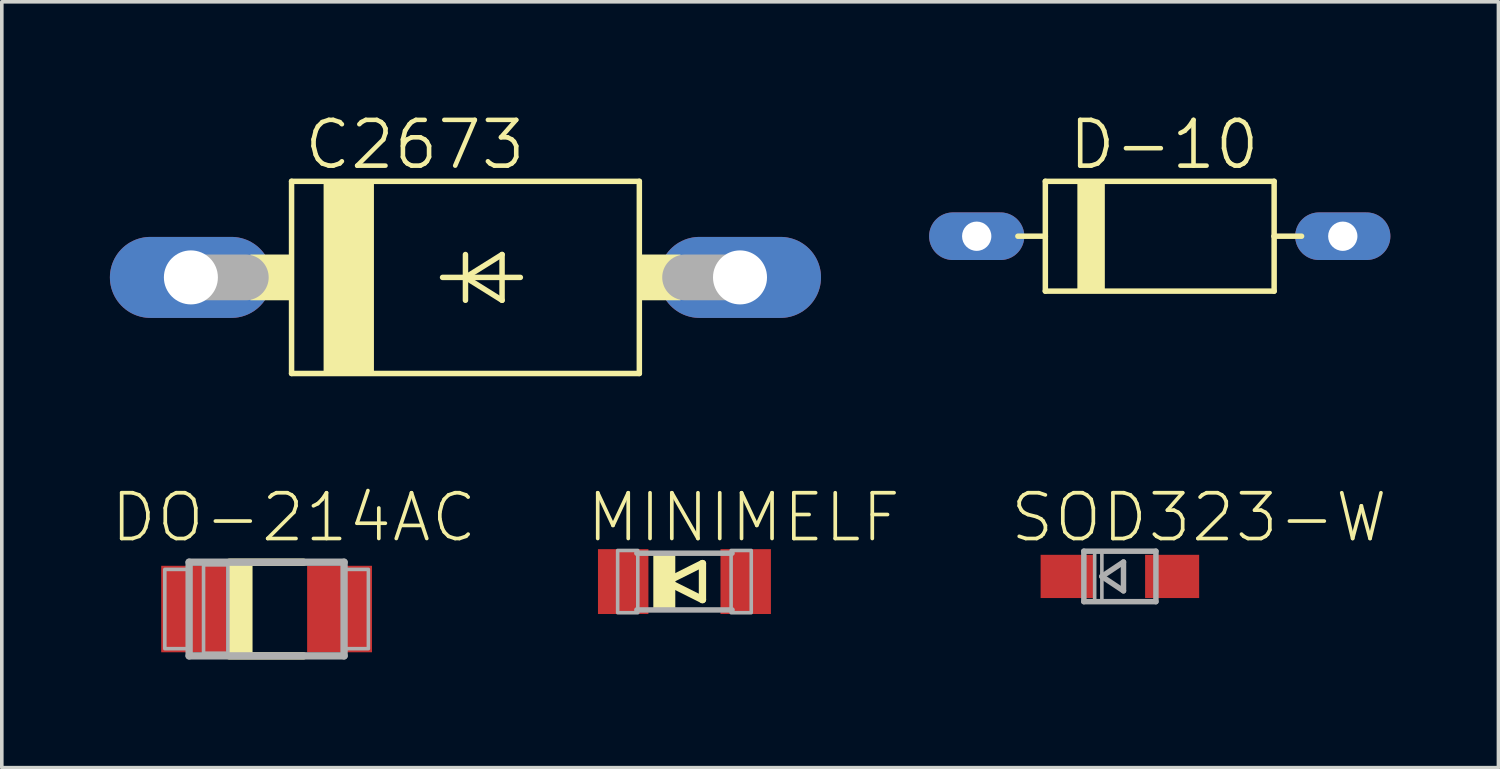
<source format=kicad_pcb>
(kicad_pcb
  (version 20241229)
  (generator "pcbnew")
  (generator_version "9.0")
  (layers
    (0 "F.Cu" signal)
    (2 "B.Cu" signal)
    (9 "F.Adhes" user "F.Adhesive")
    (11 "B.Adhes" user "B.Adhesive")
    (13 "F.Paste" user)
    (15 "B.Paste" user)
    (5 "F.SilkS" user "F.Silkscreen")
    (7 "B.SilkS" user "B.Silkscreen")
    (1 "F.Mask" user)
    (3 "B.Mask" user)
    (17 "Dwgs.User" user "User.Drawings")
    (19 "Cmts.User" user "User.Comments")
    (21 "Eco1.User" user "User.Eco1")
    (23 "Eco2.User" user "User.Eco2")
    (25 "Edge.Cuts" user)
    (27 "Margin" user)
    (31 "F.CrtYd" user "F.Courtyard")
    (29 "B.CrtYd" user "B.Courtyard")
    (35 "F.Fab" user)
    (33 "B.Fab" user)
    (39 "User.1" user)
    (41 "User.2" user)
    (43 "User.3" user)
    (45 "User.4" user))
  (footprint "SOD323-W"
    (layer "F.Cu")
    (at 28.031 12.948)
    (property "Reference" "SOD323-W" (at 2.196 -1.635 0) (layer "F.SilkS") (effects (font (size 1.27 1.27) (thickness 0.102))))
    (attr through_hole)
    (fp_line (start -1 -0.7) (end 1 -0.7) (stroke (width 0.152) (type solid)) (layer "F.Fab"))
    (fp_line (start -1 0.7) (end -1 -0.7) (stroke (width 0.152) (type solid)) (layer "F.Fab"))
    (fp_line (start -0.5 0) (end 0.1 -0.4) (stroke (width 0.152) (type solid)) (layer "F.Fab"))
    (fp_line (start 0.1 -0.4) (end 0.1 0.4) (stroke (width 0.152) (type solid)) (layer "F.Fab"))
    (fp_line (start 0.1 0.4) (end -0.5 0) (stroke (width 0.152) (type solid)) (layer "F.Fab"))
    (fp_line (start 1 -0.7) (end 1 0.7) (stroke (width 0.152) (type solid)) (layer "F.Fab"))
    (fp_line (start 1 0.7) (end -1 0.7) (stroke (width 0.152) (type solid)) (layer "F.Fab"))
    (fp_poly (pts (xy -0.7 -0.7) (xy -0.5 -0.7) (xy -0.5 0.7) (xy -0.7 0.7)) (stroke (width 0.1) (type solid)) (fill no) (layer "F.Fab"))
    (pad "A" smd rect (at 1.45 0) (size 1.5 1.2) (layers "F.Cu" "F.Mask" "F.Paste"))
    (pad "C" smd rect (at -1.45 0) (size 1.5 1.2) (layers "F.Cu" "F.Mask" "F.Paste")))
  (footprint "DO-214AC"
    (layer "F.Cu")
    (at 4.349 13.853)
    (property "Reference" "DO-214AC" (at 0.756 -2.54 0) (layer "F.SilkS") (effects (font (size 1.27 1.27) (thickness 0.102))))
    (attr through_hole)
    (fp_line (start -1.035 -1.3) (end 1.025 -1.3) (stroke (width 0.203) (type solid)) (layer "F.SilkS"))
    (fp_line (start 1.025 1.3) (end -1.035 1.3) (stroke (width 0.203) (type solid)) (layer "F.SilkS"))
    (fp_poly (pts (xy -1.065 -1.225) (xy -0.39 -1.225) (xy -0.39 1.225) (xy -1.065 1.225)) (stroke (width 0) (type solid)) (fill yes) (layer "F.SilkS"))
    (fp_line (start -2.15 -1.3) (end 2.15 -1.3) (stroke (width 0.203) (type solid)) (layer "F.Fab"))
    (fp_line (start -2.15 1.3) (end -2.15 -1.3) (stroke (width 0.203) (type solid)) (layer "F.Fab"))
    (fp_line (start 2.15 -1.3) (end 2.15 1.3) (stroke (width 0.203) (type solid)) (layer "F.Fab"))
    (fp_line (start 2.15 1.3) (end -2.15 1.3) (stroke (width 0.203) (type solid)) (layer "F.Fab"))
    (fp_poly (pts (xy -2.825 -1.1) (xy -2.175 -1.1) (xy -2.175 1.1) (xy -2.825 1.1)) (stroke (width 0.1) (type solid)) (fill no) (layer "F.Fab"))
    (fp_poly (pts (xy -1.75 -1.225) (xy -1.075 -1.225) (xy -1.075 1.225) (xy -1.75 1.225)) (stroke (width 0.1) (type solid)) (fill no) (layer "F.Fab"))
    (fp_poly (pts (xy 2.175 -1.1) (xy 2.825 -1.1) (xy 2.825 1.1) (xy 2.175 1.1)) (stroke (width 0.1) (type solid)) (fill no) (layer "F.Fab"))
    (pad "A" smd rect (at 2.025 0) (size 1.8 2.4) (layers "F.Cu" "F.Mask" "F.Paste"))
    (pad "C" smd rect (at -2.025 0) (size 1.8 2.4) (layers "F.Cu" "F.Mask" "F.Paste")))
  (footprint "D-10"
    (layer "F.Cu")
    (at 29.137 3.506)
    (property "Reference" "D-10" (at 0.121 -2.54 0) (layer "F.SilkS") (effects (font (size 1.27 1.27) (thickness 0.127))))
    (attr through_hole)
    (fp_line (start -3.175 -1.524) (end -3.175 0) (stroke (width 0.152) (type solid)) (layer "F.SilkS"))
    (fp_line (start -3.175 0) (end -3.937 0) (stroke (width 0.152) (type solid)) (layer "F.SilkS"))
    (fp_line (start -3.175 0) (end -3.175 1.524) (stroke (width 0.152) (type solid)) (layer "F.SilkS"))
    (fp_line (start -3.175 1.524) (end 3.175 1.524) (stroke (width 0.152) (type solid)) (layer "F.SilkS"))
    (fp_line (start 3.175 -1.524) (end -3.175 -1.524) (stroke (width 0.152) (type solid)) (layer "F.SilkS"))
    (fp_line (start 3.175 0) (end 3.175 -1.524) (stroke (width 0.152) (type solid)) (layer "F.SilkS"))
    (fp_line (start 3.175 1.524) (end 3.175 0) (stroke (width 0.152) (type solid)) (layer "F.SilkS"))
    (fp_line (start 3.937 0) (end 3.175 0) (stroke (width 0.152) (type solid)) (layer "F.SilkS"))
    (fp_poly (pts (xy -2.286 -1.524) (xy -1.524 -1.524) (xy -1.524 1.524) (xy -2.286 1.524)) (stroke (width 0) (type solid)) (fill yes) (layer "F.SilkS"))
    (pad "A" thru_hole oval (at 5.08 0) (size 2.642 1.321) (drill 0.813) (layers "*.Cu" "*.Mask"))
    (pad "C" thru_hole oval (at -5.08 0) (size 2.642 1.321) (drill 0.813) (layers "*.Cu" "*.Mask")))
  (footprint "MINIMELF"
    (layer "F.Cu")
    (at 15.946 13.091)
    (property "Reference" "MINIMELF" (at 1.645 -1.778 0) (layer "F.SilkS") (effects (font (size 1.27 1.27) (thickness 0.102))))
    (attr through_hole)
    (fp_line (start -0.5 0) (end 0.5 0.5) (stroke (width 0.203) (type solid)) (layer "F.SilkS"))
    (fp_line (start 0.5 -0.5) (end -0.5 0) (stroke (width 0.203) (type solid)) (layer "F.SilkS"))
    (fp_line (start 0.5 0.5) (end 0.5 -0.5) (stroke (width 0.203) (type solid)) (layer "F.SilkS"))
    (fp_poly (pts (xy -0.864 -0.787) (xy -0.254 -0.787) (xy -0.254 0.787) (xy -0.864 0.787)) (stroke (width 0) (type solid)) (fill yes) (layer "F.SilkS"))
    (fp_line (start 1.321 -0.787) (end -1.321 -0.787) (stroke (width 0.152) (type solid)) (layer "F.Fab"))
    (fp_line (start 1.321 0.787) (end -1.321 0.787) (stroke (width 0.152) (type solid)) (layer "F.Fab"))
    (fp_poly (pts (xy -1.854 -0.864) (xy -1.295 -0.864) (xy -1.295 0.864) (xy -1.854 0.864)) (stroke (width 0.1) (type solid)) (fill no) (layer "F.Fab"))
    (fp_poly (pts (xy 1.295 -0.864) (xy 1.854 -0.864) (xy 1.854 0.864) (xy 1.295 0.864)) (stroke (width 0.1) (type solid)) (fill no) (layer "F.Fab"))
    (pad "A" smd rect (at 1.7 0) (size 1.4 1.8) (layers "F.Cu" "F.Mask" "F.Paste"))
    (pad "C" smd rect (at -1.7 0) (size 1.4 1.8) (layers "F.Cu" "F.Mask" "F.Paste")))
  (footprint "C2673"
    (layer "F.Cu")
    (at 9.868 4.649)
    (property "Reference" "C2673" (at -1.403 -3.683 0) (layer "F.SilkS") (effects (font (size 1.27 1.27) (thickness 0.127))))
    (attr through_hole)
    (fp_line (start -4.826 -2.667) (end -4.826 2.667) (stroke (width 0.152) (type solid)) (layer "F.SilkS"))
    (fp_line (start -4.826 -2.667) (end 4.826 -2.667) (stroke (width 0.152) (type solid)) (layer "F.SilkS"))
    (fp_line (start -0.635 0) (end 0 0) (stroke (width 0.152) (type solid)) (layer "F.SilkS"))
    (fp_line (start 0 -0.635) (end 0 0) (stroke (width 0.152) (type solid)) (layer "F.SilkS"))
    (fp_line (start 0 0) (end 0 0.635) (stroke (width 0.152) (type solid)) (layer "F.SilkS"))
    (fp_line (start 0 0) (end 1.016 -0.635) (stroke (width 0.152) (type solid)) (layer "F.SilkS"))
    (fp_line (start 0 0) (end 1.524 0) (stroke (width 0.152) (type solid)) (layer "F.SilkS"))
    (fp_line (start 1.016 -0.635) (end 1.016 0.635) (stroke (width 0.152) (type solid)) (layer "F.SilkS"))
    (fp_line (start 1.016 0.635) (end 0 0) (stroke (width 0.152) (type solid)) (layer "F.SilkS"))
    (fp_line (start 4.826 2.667) (end -4.826 2.667) (stroke (width 0.152) (type solid)) (layer "F.SilkS"))
    (fp_line (start 4.826 2.667) (end 4.826 -2.667) (stroke (width 0.152) (type solid)) (layer "F.SilkS"))
    (fp_poly (pts (xy -5.969 -0.635) (xy -4.826 -0.635) (xy -4.826 0.635) (xy -5.969 0.635)) (stroke (width 0) (type solid)) (fill yes) (layer "F.SilkS"))
    (fp_poly (pts (xy -3.937 -2.667) (xy -2.54 -2.667) (xy -2.54 2.667) (xy -3.937 2.667)) (stroke (width 0) (type solid)) (fill yes) (layer "F.SilkS"))
    (fp_poly (pts (xy 4.826 -0.635) (xy 5.969 -0.635) (xy 5.969 0.635) (xy 4.826 0.635)) (stroke (width 0) (type solid)) (fill yes) (layer "F.SilkS"))
    (fp_line (start -7.62 0) (end -6.096 0) (stroke (width 1.27) (type solid)) (layer "F.Fab"))
    (fp_line (start 7.62 0) (end 6.096 0) (stroke (width 1.27) (type solid)) (layer "F.Fab"))
    (pad "A" thru_hole oval (at 7.62 0) (size 4.496 2.248) (drill 1.499) (layers "*.Cu" "*.Mask"))
    (pad "C" thru_hole oval (at -7.62 0) (size 4.496 2.248) (drill 1.499) (layers "*.Cu" "*.Mask")))
  (gr_rect
    (start -3 -3)
    (end 38.537 18.255)
    (stroke (width 0.1) (type default))
    (fill no)
    (layer "Edge.Cuts")))
</source>
